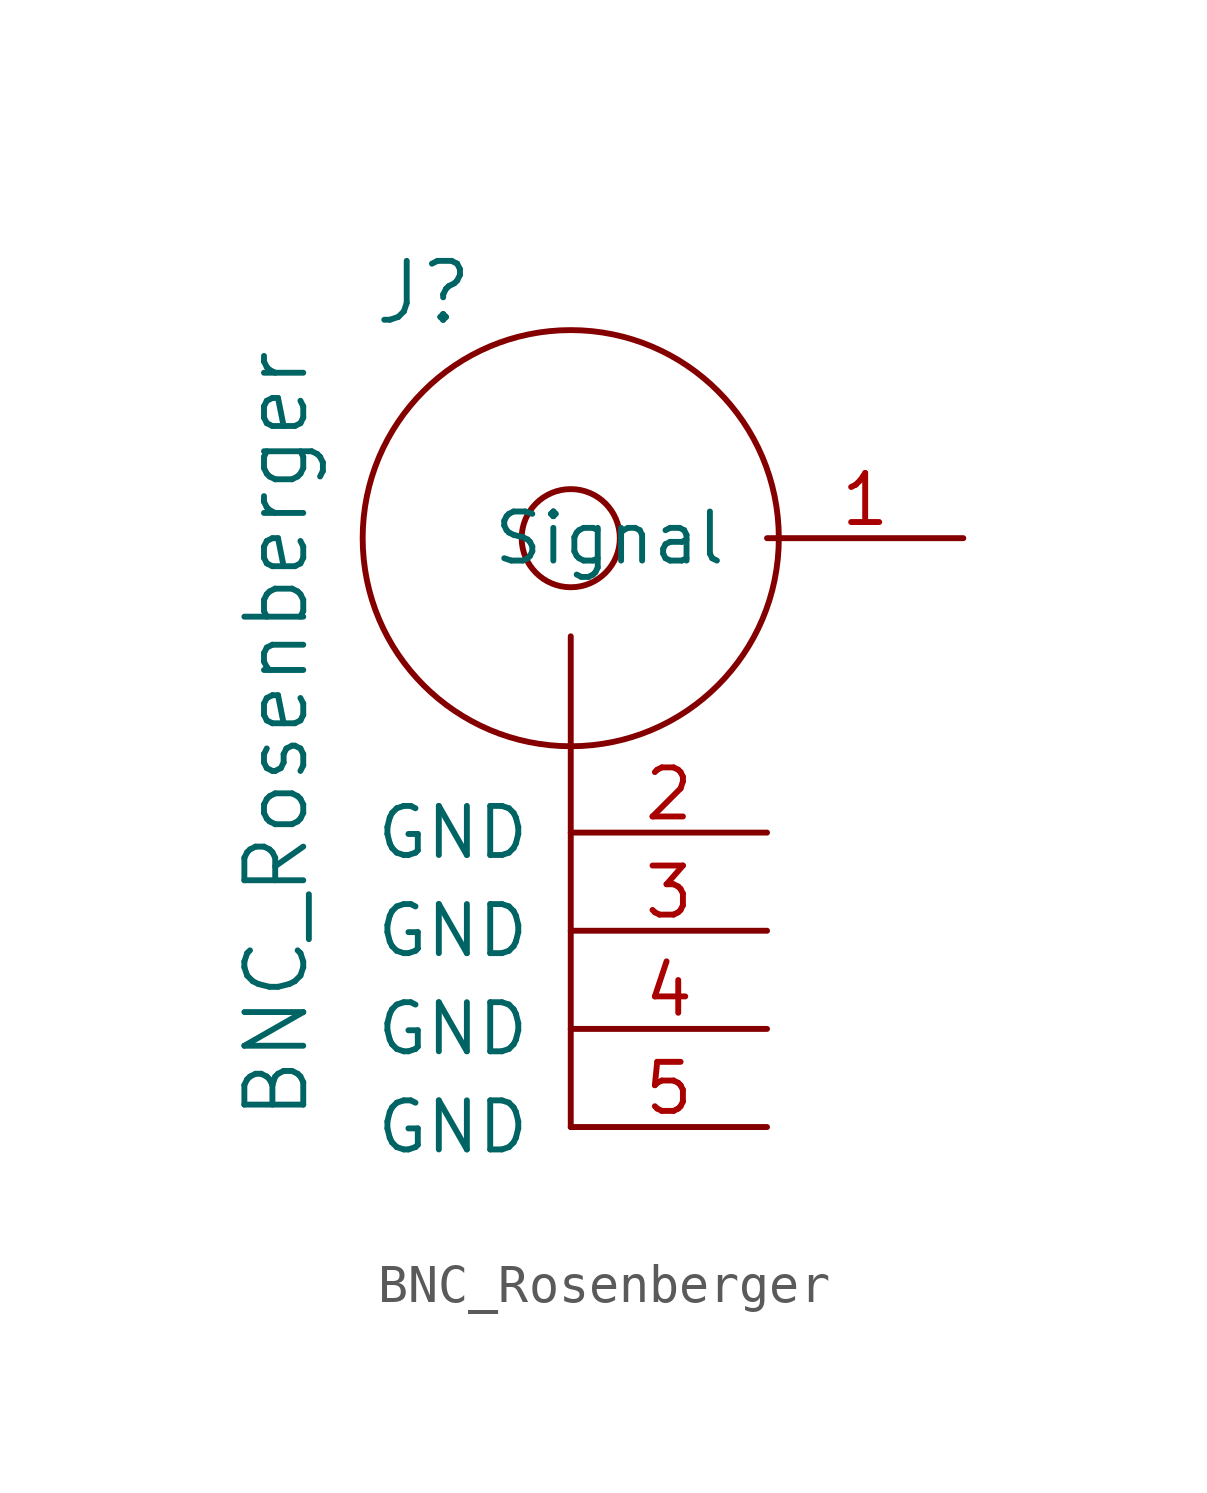
<source format=kicad_sym>
(kicad_symbol_lib
  (version 20220914)
  (generator kicad_symbol_editor)
  (symbol "BNC_Rosenberger"
    (pin_names
      (offset 1.016))
    (property "Reference" "J"
      (at -3.81 6.35 0)
      (effects (font (size 1.524 1.524))))
    (property "Value" "BNC_Rosenberger"
      (at -7.62 -5.08 90)
      (effects (font (size 1.524 1.524))))
    (symbol "BNC_Rosenberger_0_1"
      (polyline (pts (xy 0 -15.24) (xy 0 -2.54)) (stroke (width 0) (type solid)) (fill (type none)))
      (circle (center 0 0) (radius 1.27) (stroke (width 0) (type solid)) (fill (type none)))
      (circle (center 0 0) (radius 5.385) (stroke (width 0) (type solid)) (fill (type none))))
    (symbol "BNC_Rosenberger_1_1"
      (pin bidirectional line (at 10.16 0 180) (length 5.08) (name "Signal" (effects (font (size 1.27 1.27)))) (number "1" (effects (font (size 1.27 1.27)))))
      (pin power_in line (at 5.08 -7.62 180) (length 5.08) (name "GND" (effects (font (size 1.27 1.27)))) (number "2" (effects (font (size 1.27 1.27)))))
      (pin power_in line (at 5.08 -10.16 180) (length 5.08) (name "GND" (effects (font (size 1.27 1.27)))) (number "3" (effects (font (size 1.27 1.27)))))
      (pin power_in line (at 5.08 -12.7 180) (length 5.08) (name "GND" (effects (font (size 1.27 1.27)))) (number "4" (effects (font (size 1.27 1.27)))))
      (pin power_in line (at 5.08 -15.24 180) (length 5.08) (name "GND" (effects (font (size 1.27 1.27)))) (number "5" (effects (font (size 1.27 1.27))))))))
</source>
